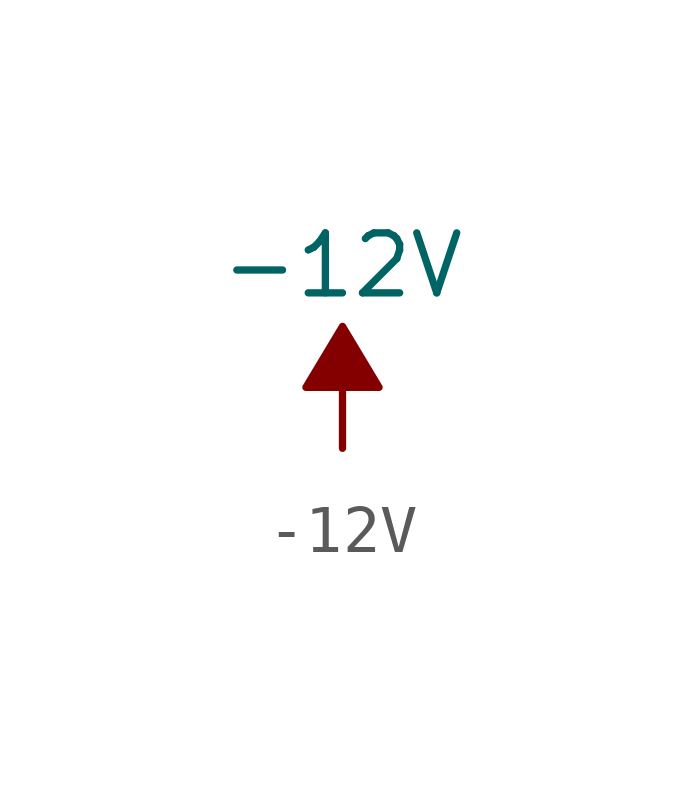
<source format=kicad_sym>
(kicad_symbol_lib
  (version 20231120)
  (generator "kicad_symbol_editor")
  (generator_version "8.0")
  (symbol "-12V"
    (power)
    (pin_numbers hide)
    (pin_names
      (offset 0) hide)
    (property "Reference" "#PWR"
      (at 0 -14 0)
      (effects (font (size 1.25 1.25)) (hide yes)))
    (property "Value" "-12V"
      (at 0 3.81 0)
      (do_not_autoplace)
      (effects (font (size 1.25 1.25))))
    (symbol "-12V_0_1"
      (polyline (pts (xy 0 0) (xy 0 1.27) (xy 0.762 1.27) (xy 0 2.54) (xy -0.762 1.27) (xy 0 1.27)) (stroke (width 0) (type default)) (fill (type outline))))
    (symbol "-12V_1_0"
      (pin power_in line (at 0 0 90) (length 0) hide (name "-12V" (effects (font (size 1.25 1.25)))) (number "1" (effects (font (size 1.25 1.25))))))))
</source>
